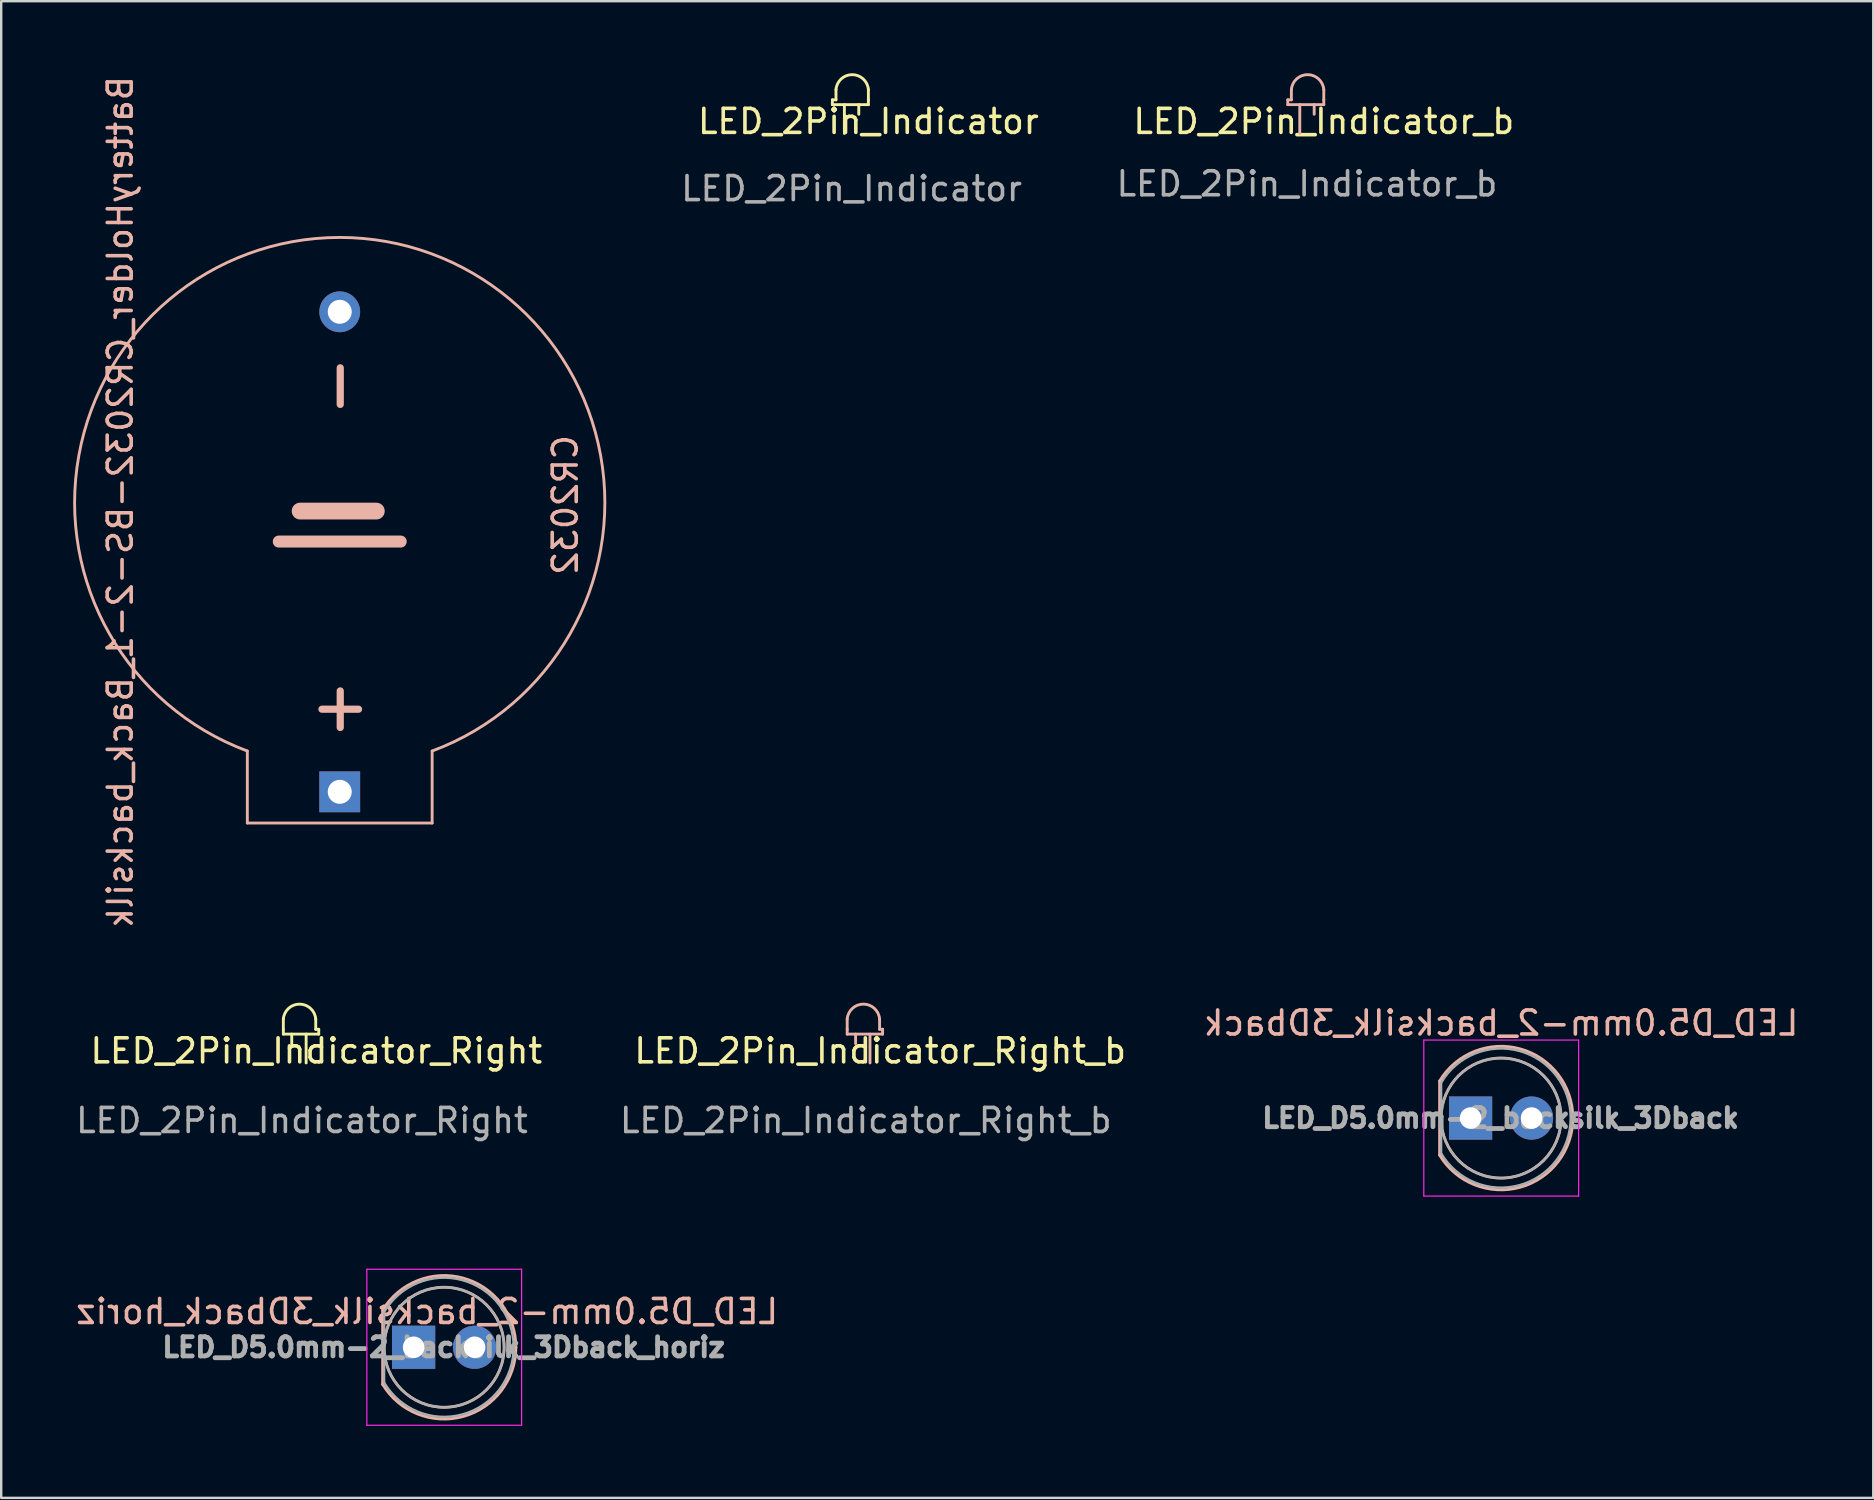
<source format=kicad_pcb>
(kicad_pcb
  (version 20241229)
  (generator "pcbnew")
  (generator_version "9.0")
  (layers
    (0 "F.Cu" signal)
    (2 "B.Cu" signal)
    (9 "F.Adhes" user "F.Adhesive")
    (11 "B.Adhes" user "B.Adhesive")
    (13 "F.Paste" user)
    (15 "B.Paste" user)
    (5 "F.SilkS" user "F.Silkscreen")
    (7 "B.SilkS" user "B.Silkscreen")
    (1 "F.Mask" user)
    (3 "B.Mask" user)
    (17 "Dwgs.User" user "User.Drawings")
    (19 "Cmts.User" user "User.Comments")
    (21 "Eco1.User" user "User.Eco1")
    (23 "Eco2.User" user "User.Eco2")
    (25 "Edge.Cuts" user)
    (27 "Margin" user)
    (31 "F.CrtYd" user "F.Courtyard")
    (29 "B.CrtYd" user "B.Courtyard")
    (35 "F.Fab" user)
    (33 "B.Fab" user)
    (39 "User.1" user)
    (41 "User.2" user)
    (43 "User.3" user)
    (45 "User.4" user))
  (footprint "LED_2Pin_Indicator_b"
    (layer "F.Cu")
    (at 51.405 1.11)
    (property "Reference" "LED_2Pin_Indicator_b" (at 0.7 0.9 0) (unlocked yes) (layer "F.SilkS") (effects (font (size 1 1) (thickness 0.15))))
    (fp_line (start -0.8 0.2) (end -0.8 0) (stroke (width 0.12) (type solid)) (layer "B.SilkS"))
    (fp_line (start -0.8 0.2) (end 0.7 0.2) (stroke (width 0.12) (type solid)) (layer "B.SilkS"))
    (fp_line (start -0.65 0) (end -0.8 0) (stroke (width 0.12) (type solid)) (layer "B.SilkS"))
    (fp_line (start -0.65 0) (end -0.65 -0.427) (stroke (width 0.12) (type solid)) (layer "B.SilkS"))
    (fp_line (start -0.3 1.4) (end -0.3 0.2) (stroke (width 0.12) (type solid)) (layer "B.SilkS"))
    (fp_line (start 0.3 0.2) (end 0.3 0.6) (stroke (width 0.12) (type solid)) (layer "B.SilkS"))
    (fp_line (start 0.7 0) (end 0.7 -0.427) (stroke (width 0.12) (type solid)) (layer "B.SilkS"))
    (fp_line (start 0.7 0.2) (end 0.7 0) (stroke (width 0.12) (type solid)) (layer "B.SilkS"))
    (fp_arc (start -0.65 -0.427128) (mid 0.025 -1.05) (end 0.7 -0.427128) (stroke (width 0.12) (type solid)) (layer "B.SilkS"))
    (fp_text user "${REFERENCE}" (at 0 3.5 0) (unlocked yes) (layer "F.Fab") (effects (font (size 1 1) (thickness 0.15)))))
  (footprint "LED_2Pin_Indicator_Right_b"
    (layer "F.Cu")
    (at 32.923 39.836)
    (property "Reference" "LED_2Pin_Indicator_Right_b" (at 0.7 0.9 0) (unlocked yes) (layer "F.SilkS") (effects (font (size 1 1) (thickness 0.15))))
    (fp_line (start -0.675 0) (end -0.675 -0.427) (stroke (width 0.12) (type solid)) (layer "B.SilkS"))
    (fp_line (start -0.675 0.2) (end -0.675 0) (stroke (width 0.12) (type solid)) (layer "B.SilkS"))
    (fp_line (start -0.675 0.2) (end 0.8 0.2) (stroke (width 0.12) (type solid)) (layer "B.SilkS"))
    (fp_line (start -0.325 0.2) (end -0.325 0.6) (stroke (width 0.12) (type solid)) (layer "B.SilkS"))
    (fp_line (start 0.275 1.4) (end 0.275 0.2) (stroke (width 0.12) (type solid)) (layer "B.SilkS"))
    (fp_line (start 0.675 0) (end 0.675 -0.427) (stroke (width 0.12) (type solid)) (layer "B.SilkS"))
    (fp_line (start 0.8 0) (end 0.675 0) (stroke (width 0.12) (type solid)) (layer "B.SilkS"))
    (fp_line (start 0.8 0.2) (end 0.8 0) (stroke (width 0.12) (type solid)) (layer "B.SilkS"))
    (fp_arc (start -0.675 -0.427128) (mid 0 -1.05) (end 0.675 -0.427128) (stroke (width 0.12) (type solid)) (layer "B.SilkS"))
    (fp_text user "${REFERENCE}" (at 0.1 3.8 0) (unlocked yes) (layer "F.Fab") (effects (font (size 1 1) (thickness 0.15)))))
  (footprint "LED_2Pin_Indicator_Right"
    (layer "F.Cu")
    (at 9.43 39.836)
    (property "Reference" "LED_2Pin_Indicator_Right" (at 0.7 0.9 0) (unlocked yes) (layer "F.SilkS") (effects (font (size 1 1) (thickness 0.15))))
    (fp_line (start -0.675 0) (end -0.675 -0.427) (stroke (width 0.12) (type solid)) (layer "F.SilkS"))
    (fp_line (start -0.675 0.2) (end -0.675 0) (stroke (width 0.12) (type solid)) (layer "F.SilkS"))
    (fp_line (start -0.675 0.2) (end 0.8 0.2) (stroke (width 0.12) (type solid)) (layer "F.SilkS"))
    (fp_line (start -0.325 0.2) (end -0.325 0.6) (stroke (width 0.12) (type solid)) (layer "F.SilkS"))
    (fp_line (start 0.275 1.4) (end 0.275 0.2) (stroke (width 0.12) (type solid)) (layer "F.SilkS"))
    (fp_line (start 0.675 0) (end 0.675 -0.427) (stroke (width 0.12) (type solid)) (layer "F.SilkS"))
    (fp_line (start 0.8 0) (end 0.675 0) (stroke (width 0.12) (type solid)) (layer "F.SilkS"))
    (fp_line (start 0.8 0.2) (end 0.8 0) (stroke (width 0.12) (type solid)) (layer "F.SilkS"))
    (fp_arc (start -0.675 -0.427128) (mid 0 -1.05) (end 0.675 -0.427128) (stroke (width 0.12) (type solid)) (layer "F.SilkS"))
    (fp_text user "${REFERENCE}" (at 0.1 3.8 0) (unlocked yes) (layer "F.Fab") (effects (font (size 1 1) (thickness 0.15)))))
  (footprint "BatteryHolder_CR2032-BS-2-1_Back_backsilk"
    (layer "F.Cu")
    (at 11.105 6.941)
    (property "Reference" "BatteryHolder_CR2032-BS-2-1_Back_backsilk" (at -9.144 10.922 90) (layer "B.SilkS") (effects (font (size 1 1) (thickness 0.15)) (justify mirror)))
    (attr through_hole)
    (fp_line (start -3.85 24.3) (end -3.85 21.3) (stroke (width 0.12) (type solid)) (layer "B.SilkS"))
    (fp_line (start -3.85 24.3) (end 3.85 24.3) (stroke (width 0.12) (type solid)) (layer "B.SilkS"))
    (fp_line (start -2.54 12.573) (end 2.54 12.573) (stroke (width 0.5) (type solid)) (layer "B.SilkS"))
    (fp_line (start -1.651 11.303) (end 1.524 11.303) (stroke (width 0.7) (type solid)) (layer "B.SilkS"))
    (fp_line (start 3.85 24.3) (end 3.85 21.3) (stroke (width 0.12) (type solid)) (layer "B.SilkS"))
    (fp_arc (start -3.850171 21.299936) (mid 0.000091 -0.097908) (end 3.85 21.3) (stroke (width 0.12) (type solid)) (layer "B.SilkS"))
    (fp_text user "+" (at -0.127 19.558 90) (layer "B.SilkS") (effects (font (size 2 2) (thickness 0.3)) (justify mirror)))
    (fp_text user "CR2032" (at 9.398 11.049 90) (layer "B.SilkS") (effects (font (size 1 1) (thickness 0.15)) (justify mirror)))
    (fp_text user "-" (at -0.127 6.096 90) (layer "B.SilkS") (effects (font (size 2 2) (thickness 0.3)) (justify mirror)))
    (pad "1" thru_hole rect (at 0 23) (size 1.7 1.7) (drill 1) (layers "*.Cu" "*.Mask"))
    (pad "2" thru_hole circle (at 0 3) (size 1.7 1.7) (drill 1) (layers "*.Cu" "*.Mask")))
  (footprint "LED_D5.0mm-2_backsilk_3Dback"
    (layer "F.Cu")
    (at 58.222 43.534)
    (property "Reference" "LED_D5.0mm-2_backsilk_3Dback" (at 1.27 -3.96 0) (layer "B.SilkS") (effects (font (size 1 1) (thickness 0.15)) (justify mirror)))
    (attr through_hole)
    (fp_line (start -1.29 -1.545) (end -1.29 1.545) (stroke (width 0.12) (type solid)) (layer "B.SilkS"))
    (fp_arc (start -1.29 -1.54483) (mid 2.072002 -2.880433) (end 4.26 0.000462) (stroke (width 0.12) (type solid)) (layer "B.SilkS"))
    (fp_arc (start 4.26 -0.000462) (mid 2.072002 2.880433) (end -1.29 1.54483) (stroke (width 0.12) (type solid)) (layer "B.SilkS"))
    (fp_circle (center 1.27 0) (end 3.77 0) (stroke (width 0.12) (type solid)) (fill no) (layer "B.SilkS"))
    (fp_line (start -1.95 -3.25) (end -1.95 3.25) (stroke (width 0.05) (type solid)) (layer "F.CrtYd"))
    (fp_line (start -1.95 3.25) (end 4.5 3.25) (stroke (width 0.05) (type solid)) (layer "F.CrtYd"))
    (fp_line (start 4.5 -3.25) (end -1.95 -3.25) (stroke (width 0.05) (type solid)) (layer "F.CrtYd"))
    (fp_line (start 4.5 3.25) (end 4.5 -3.25) (stroke (width 0.05) (type solid)) (layer "F.CrtYd"))
    (fp_line (start -1.23 -1.47) (end -1.23 1.47) (stroke (width 0.1) (type solid)) (layer "F.Fab"))
    (fp_arc (start -1.23 -1.469694) (mid 4.17 0.000016) (end -1.230016 1.469666) (stroke (width 0.1) (type solid)) (layer "F.Fab"))
    (fp_circle (center 1.27 0) (end 3.77 0) (stroke (width 0.1) (type solid)) (fill no) (layer "F.Fab"))
    (fp_text user "${REFERENCE}" (at 1.25 0 0) (layer "F.Fab") (effects (font (size 0.8 0.8) (thickness 0.2))))
    (pad "1" thru_hole rect (at 0 0) (size 1.8 1.8) (drill 0.9) (layers "*.Cu" "*.Mask"))
    (pad "2" thru_hole circle (at 2.54 0) (size 1.8 1.8) (drill 0.9) (layers "*.Cu" "*.Mask")))
  (footprint "LED_D5.0mm-2_backsilk_3Dback_horiz"
    (layer "F.Cu")
    (at 14.184 53.084)
    (property "Reference" "LED_D5.0mm-2_backsilk_3Dback_horiz" (at 0.56 -1.49 0) (layer "B.SilkS") (effects (font (size 1 1) (thickness 0.15)) (justify mirror)))
    (attr through_hole)
    (fp_line (start -1.29 -1.545) (end -1.29 1.545) (stroke (width 0.12) (type solid)) (layer "B.SilkS"))
    (fp_arc (start -1.29 -1.54483) (mid 2.072002 -2.880433) (end 4.26 0.000462) (stroke (width 0.12) (type solid)) (layer "B.SilkS"))
    (fp_arc (start 4.26 -0.000462) (mid 2.072002 2.880433) (end -1.29 1.54483) (stroke (width 0.12) (type solid)) (layer "B.SilkS"))
    (fp_circle (center 1.27 0) (end 3.77 0) (stroke (width 0.12) (type solid)) (fill no) (layer "B.SilkS"))
    (fp_line (start -1.95 -3.25) (end -1.95 3.25) (stroke (width 0.05) (type solid)) (layer "F.CrtYd"))
    (fp_line (start -1.95 3.25) (end 4.5 3.25) (stroke (width 0.05) (type solid)) (layer "F.CrtYd"))
    (fp_line (start 4.5 -3.25) (end -1.95 -3.25) (stroke (width 0.05) (type solid)) (layer "F.CrtYd"))
    (fp_line (start 4.5 3.25) (end 4.5 -3.25) (stroke (width 0.05) (type solid)) (layer "F.CrtYd"))
    (fp_line (start -1.23 -1.47) (end -1.23 1.47) (stroke (width 0.1) (type solid)) (layer "F.Fab"))
    (fp_arc (start -1.23 -1.469694) (mid 4.17 0.000016) (end -1.230016 1.469666) (stroke (width 0.1) (type solid)) (layer "F.Fab"))
    (fp_circle (center 1.27 0) (end 3.77 0) (stroke (width 0.1) (type solid)) (fill no) (layer "F.Fab"))
    (fp_text user "${REFERENCE}" (at 1.25 0 0) (layer "F.Fab") (effects (font (size 0.8 0.8) (thickness 0.2))))
    (pad "1" thru_hole rect (at 0 0) (size 1.8 1.8) (drill 0.9) (layers "*.Cu" "*.Mask"))
    (pad "2" thru_hole circle (at 2.54 0) (size 1.8 1.8) (drill 0.9) (layers "*.Cu" "*.Mask")))
  (footprint "LED_2Pin_Indicator"
    (layer "F.Cu")
    (at 32.431 1.11)
    (property "Reference" "LED_2Pin_Indicator" (at 0.7 0.9 0) (unlocked yes) (layer "F.SilkS") (effects (font (size 1 1) (thickness 0.15))))
    (fp_line (start -0.8 0.2) (end -0.8 0) (stroke (width 0.12) (type solid)) (layer "F.SilkS"))
    (fp_line (start -0.8 0.2) (end 0.7 0.2) (stroke (width 0.12) (type solid)) (layer "F.SilkS"))
    (fp_line (start -0.65 0) (end -0.8 0) (stroke (width 0.12) (type solid)) (layer "F.SilkS"))
    (fp_line (start -0.65 0) (end -0.65 -0.427) (stroke (width 0.12) (type solid)) (layer "F.SilkS"))
    (fp_line (start -0.3 1.4) (end -0.3 0.2) (stroke (width 0.12) (type solid)) (layer "F.SilkS"))
    (fp_line (start 0.3 0.2) (end 0.3 0.6) (stroke (width 0.12) (type solid)) (layer "F.SilkS"))
    (fp_line (start 0.7 0) (end 0.7 -0.427) (stroke (width 0.12) (type solid)) (layer "F.SilkS"))
    (fp_line (start 0.7 0.2) (end 0.7 0) (stroke (width 0.12) (type solid)) (layer "F.SilkS"))
    (fp_arc (start -0.65 -0.427128) (mid 0.025 -1.05) (end 0.7 -0.427128) (stroke (width 0.12) (type solid)) (layer "F.SilkS"))
    (fp_text user "${REFERENCE}" (at 0 3.7 0) (unlocked yes) (layer "F.Fab") (effects (font (size 1 1) (thickness 0.15)))))
  (gr_rect
    (start -3 -3)
    (end 74.998 59.359)
    (stroke (width 0.1) (type default))
    (fill no)
    (layer "Edge.Cuts")))
</source>
